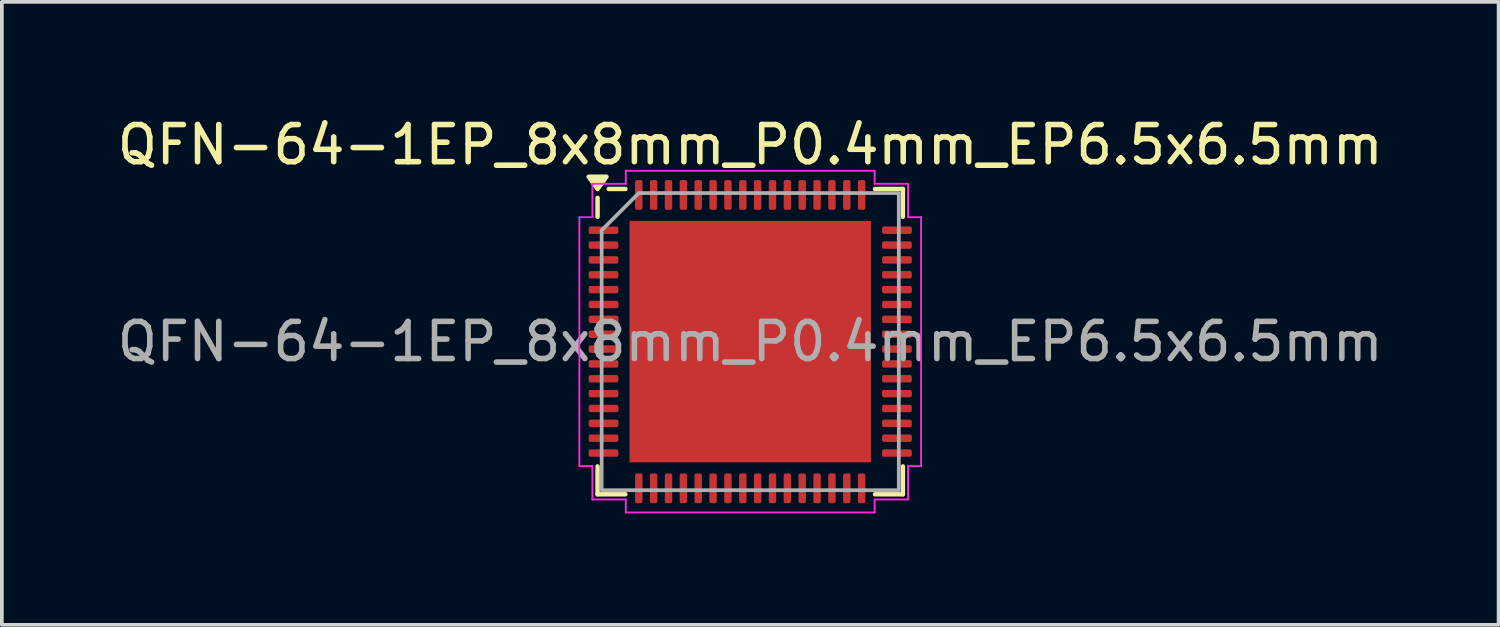
<source format=kicad_pcb>
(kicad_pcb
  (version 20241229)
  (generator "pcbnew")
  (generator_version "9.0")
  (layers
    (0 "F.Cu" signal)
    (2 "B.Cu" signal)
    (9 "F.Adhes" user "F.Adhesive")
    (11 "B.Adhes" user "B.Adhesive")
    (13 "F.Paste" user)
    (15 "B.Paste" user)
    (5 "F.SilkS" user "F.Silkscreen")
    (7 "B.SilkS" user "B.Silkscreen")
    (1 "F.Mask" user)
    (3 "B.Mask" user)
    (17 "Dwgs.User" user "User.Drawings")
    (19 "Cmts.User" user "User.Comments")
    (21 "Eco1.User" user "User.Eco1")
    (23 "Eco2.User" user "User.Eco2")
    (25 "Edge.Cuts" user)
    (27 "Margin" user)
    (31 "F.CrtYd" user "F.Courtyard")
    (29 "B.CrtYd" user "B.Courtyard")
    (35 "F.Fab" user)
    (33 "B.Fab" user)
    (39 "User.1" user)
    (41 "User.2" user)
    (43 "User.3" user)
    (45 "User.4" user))
  (footprint "QFN-64-1EP_8x8mm_P0.4mm_EP6.5x6.5mm"
    (layer "F.Cu")
    (at 17.149 6.148)
    (property "Reference" "QFN-64-1EP_8x8mm_P0.4mm_EP6.5x6.5mm" (at 0 -5.3 0) (layer "F.SilkS") (effects (font (size 1 1) (thickness 0.15))))
    (attr smd)
    (fp_line (start -4.11 -3.36) (end -4.11 -3.87) (stroke (width 0.12) (type solid)) (layer "F.SilkS"))
    (fp_line (start -4.11 4.11) (end -4.11 3.36) (stroke (width 0.12) (type solid)) (layer "F.SilkS"))
    (fp_line (start -3.36 -4.11) (end -3.81 -4.11) (stroke (width 0.12) (type solid)) (layer "F.SilkS"))
    (fp_line (start -3.36 4.11) (end -4.11 4.11) (stroke (width 0.12) (type solid)) (layer "F.SilkS"))
    (fp_line (start 3.36 -4.11) (end 4.11 -4.11) (stroke (width 0.12) (type solid)) (layer "F.SilkS"))
    (fp_line (start 3.36 4.11) (end 4.11 4.11) (stroke (width 0.12) (type solid)) (layer "F.SilkS"))
    (fp_line (start 4.11 -4.11) (end 4.11 -3.36) (stroke (width 0.12) (type solid)) (layer "F.SilkS"))
    (fp_line (start 4.11 4.11) (end 4.11 3.36) (stroke (width 0.12) (type solid)) (layer "F.SilkS"))
    (fp_poly (pts (xy -4.11 -4.11) (xy -4.35 -4.44) (xy -3.87 -4.44)) (stroke (width 0.12) (type solid)) (fill yes) (layer "F.SilkS"))
    (fp_line (start -4.6 -3.35) (end -4.25 -3.35) (stroke (width 0.05) (type solid)) (layer "F.CrtYd"))
    (fp_line (start -4.6 3.35) (end -4.6 -3.35) (stroke (width 0.05) (type solid)) (layer "F.CrtYd"))
    (fp_line (start -4.25 -4.25) (end -3.35 -4.25) (stroke (width 0.05) (type solid)) (layer "F.CrtYd"))
    (fp_line (start -4.25 -3.35) (end -4.25 -4.25) (stroke (width 0.05) (type solid)) (layer "F.CrtYd"))
    (fp_line (start -4.25 3.35) (end -4.6 3.35) (stroke (width 0.05) (type solid)) (layer "F.CrtYd"))
    (fp_line (start -4.25 4.25) (end -4.25 3.35) (stroke (width 0.05) (type solid)) (layer "F.CrtYd"))
    (fp_line (start -3.35 -4.6) (end 3.35 -4.6) (stroke (width 0.05) (type solid)) (layer "F.CrtYd"))
    (fp_line (start -3.35 -4.25) (end -3.35 -4.6) (stroke (width 0.05) (type solid)) (layer "F.CrtYd"))
    (fp_line (start -3.35 4.25) (end -4.25 4.25) (stroke (width 0.05) (type solid)) (layer "F.CrtYd"))
    (fp_line (start -3.35 4.6) (end -3.35 4.25) (stroke (width 0.05) (type solid)) (layer "F.CrtYd"))
    (fp_line (start 3.35 -4.6) (end 3.35 -4.25) (stroke (width 0.05) (type solid)) (layer "F.CrtYd"))
    (fp_line (start 3.35 -4.25) (end 4.25 -4.25) (stroke (width 0.05) (type solid)) (layer "F.CrtYd"))
    (fp_line (start 3.35 4.25) (end 3.35 4.6) (stroke (width 0.05) (type solid)) (layer "F.CrtYd"))
    (fp_line (start 3.35 4.6) (end -3.35 4.6) (stroke (width 0.05) (type solid)) (layer "F.CrtYd"))
    (fp_line (start 4.25 -4.25) (end 4.25 -3.35) (stroke (width 0.05) (type solid)) (layer "F.CrtYd"))
    (fp_line (start 4.25 -3.35) (end 4.6 -3.35) (stroke (width 0.05) (type solid)) (layer "F.CrtYd"))
    (fp_line (start 4.25 3.35) (end 4.25 4.25) (stroke (width 0.05) (type solid)) (layer "F.CrtYd"))
    (fp_line (start 4.25 4.25) (end 3.35 4.25) (stroke (width 0.05) (type solid)) (layer "F.CrtYd"))
    (fp_line (start 4.6 -3.35) (end 4.6 3.35) (stroke (width 0.05) (type solid)) (layer "F.CrtYd"))
    (fp_line (start 4.6 3.35) (end 4.25 3.35) (stroke (width 0.05) (type solid)) (layer "F.CrtYd"))
    (fp_poly (pts (xy -4 -3) (xy -4 4) (xy 4 4) (xy 4 -4) (xy -3 -4)) (stroke (width 0.1) (type solid)) (fill no) (layer "F.Fab"))
    (fp_text user "${REFERENCE}" (at 0 0 0) (layer "F.Fab") (effects (font (size 1 1) (thickness 0.15))))
    (pad "" smd roundrect (at -2.6 -2.6) (size 1.05 1.05) (layers "F.Paste") (roundrect_rratio 0.238))
    (pad "" smd roundrect (at -2.6 -1.3) (size 1.05 1.05) (layers "F.Paste") (roundrect_rratio 0.238))
    (pad "" smd roundrect (at -2.6 0) (size 1.05 1.05) (layers "F.Paste") (roundrect_rratio 0.238))
    (pad "" smd roundrect (at -2.6 1.3) (size 1.05 1.05) (layers "F.Paste") (roundrect_rratio 0.238))
    (pad "" smd roundrect (at -2.6 2.6) (size 1.05 1.05) (layers "F.Paste") (roundrect_rratio 0.238))
    (pad "" smd roundrect (at -1.3 -2.6) (size 1.05 1.05) (layers "F.Paste") (roundrect_rratio 0.238))
    (pad "" smd roundrect (at -1.3 -1.3) (size 1.05 1.05) (layers "F.Paste") (roundrect_rratio 0.238))
    (pad "" smd roundrect (at -1.3 0) (size 1.05 1.05) (layers "F.Paste") (roundrect_rratio 0.238))
    (pad "" smd roundrect (at -1.3 1.3) (size 1.05 1.05) (layers "F.Paste") (roundrect_rratio 0.238))
    (pad "" smd roundrect (at -1.3 2.6) (size 1.05 1.05) (layers "F.Paste") (roundrect_rratio 0.238))
    (pad "" smd roundrect (at 0 -2.6) (size 1.05 1.05) (layers "F.Paste") (roundrect_rratio 0.238))
    (pad "" smd roundrect (at 0 -1.3) (size 1.05 1.05) (layers "F.Paste") (roundrect_rratio 0.238))
    (pad "" smd roundrect (at 0 0) (size 1.05 1.05) (layers "F.Paste") (roundrect_rratio 0.238))
    (pad "" smd roundrect (at 0 1.3) (size 1.05 1.05) (layers "F.Paste") (roundrect_rratio 0.238))
    (pad "" smd roundrect (at 0 2.6) (size 1.05 1.05) (layers "F.Paste") (roundrect_rratio 0.238))
    (pad "" smd roundrect (at 1.3 -2.6) (size 1.05 1.05) (layers "F.Paste") (roundrect_rratio 0.238))
    (pad "" smd roundrect (at 1.3 -1.3) (size 1.05 1.05) (layers "F.Paste") (roundrect_rratio 0.238))
    (pad "" smd roundrect (at 1.3 0) (size 1.05 1.05) (layers "F.Paste") (roundrect_rratio 0.238))
    (pad "" smd roundrect (at 1.3 1.3) (size 1.05 1.05) (layers "F.Paste") (roundrect_rratio 0.238))
    (pad "" smd roundrect (at 1.3 2.6) (size 1.05 1.05) (layers "F.Paste") (roundrect_rratio 0.238))
    (pad "" smd roundrect (at 2.6 -2.6) (size 1.05 1.05) (layers "F.Paste") (roundrect_rratio 0.238))
    (pad "" smd roundrect (at 2.6 -1.3) (size 1.05 1.05) (layers "F.Paste") (roundrect_rratio 0.238))
    (pad "" smd roundrect (at 2.6 0) (size 1.05 1.05) (layers "F.Paste") (roundrect_rratio 0.238))
    (pad "" smd roundrect (at 2.6 1.3) (size 1.05 1.05) (layers "F.Paste") (roundrect_rratio 0.238))
    (pad "" smd roundrect (at 2.6 2.6) (size 1.05 1.05) (layers "F.Paste") (roundrect_rratio 0.238))
    (pad "1" smd roundrect (at -3.95 -3) (size 0.8 0.2) (layers "F.Cu" "F.Mask" "F.Paste") (roundrect_rratio 0.25))
    (pad "2" smd roundrect (at -3.95 -2.6) (size 0.8 0.2) (layers "F.Cu" "F.Mask" "F.Paste") (roundrect_rratio 0.25))
    (pad "3" smd roundrect (at -3.95 -2.2) (size 0.8 0.2) (layers "F.Cu" "F.Mask" "F.Paste") (roundrect_rratio 0.25))
    (pad "4" smd roundrect (at -3.95 -1.8) (size 0.8 0.2) (layers "F.Cu" "F.Mask" "F.Paste") (roundrect_rratio 0.25))
    (pad "5" smd roundrect (at -3.95 -1.4) (size 0.8 0.2) (layers "F.Cu" "F.Mask" "F.Paste") (roundrect_rratio 0.25))
    (pad "6" smd roundrect (at -3.95 -1) (size 0.8 0.2) (layers "F.Cu" "F.Mask" "F.Paste") (roundrect_rratio 0.25))
    (pad "7" smd roundrect (at -3.95 -0.6) (size 0.8 0.2) (layers "F.Cu" "F.Mask" "F.Paste") (roundrect_rratio 0.25))
    (pad "8" smd roundrect (at -3.95 -0.2) (size 0.8 0.2) (layers "F.Cu" "F.Mask" "F.Paste") (roundrect_rratio 0.25))
    (pad "9" smd roundrect (at -3.95 0.2) (size 0.8 0.2) (layers "F.Cu" "F.Mask" "F.Paste") (roundrect_rratio 0.25))
    (pad "10" smd roundrect (at -3.95 0.6) (size 0.8 0.2) (layers "F.Cu" "F.Mask" "F.Paste") (roundrect_rratio 0.25))
    (pad "11" smd roundrect (at -3.95 1) (size 0.8 0.2) (layers "F.Cu" "F.Mask" "F.Paste") (roundrect_rratio 0.25))
    (pad "12" smd roundrect (at -3.95 1.4) (size 0.8 0.2) (layers "F.Cu" "F.Mask" "F.Paste") (roundrect_rratio 0.25))
    (pad "13" smd roundrect (at -3.95 1.8) (size 0.8 0.2) (layers "F.Cu" "F.Mask" "F.Paste") (roundrect_rratio 0.25))
    (pad "14" smd roundrect (at -3.95 2.2) (size 0.8 0.2) (layers "F.Cu" "F.Mask" "F.Paste") (roundrect_rratio 0.25))
    (pad "15" smd roundrect (at -3.95 2.6) (size 0.8 0.2) (layers "F.Cu" "F.Mask" "F.Paste") (roundrect_rratio 0.25))
    (pad "16" smd roundrect (at -3.95 3) (size 0.8 0.2) (layers "F.Cu" "F.Mask" "F.Paste") (roundrect_rratio 0.25))
    (pad "17" smd roundrect (at -3 3.95) (size 0.2 0.8) (layers "F.Cu" "F.Mask" "F.Paste") (roundrect_rratio 0.25))
    (pad "18" smd roundrect (at -2.6 3.95) (size 0.2 0.8) (layers "F.Cu" "F.Mask" "F.Paste") (roundrect_rratio 0.25))
    (pad "19" smd roundrect (at -2.2 3.95) (size 0.2 0.8) (layers "F.Cu" "F.Mask" "F.Paste") (roundrect_rratio 0.25))
    (pad "20" smd roundrect (at -1.8 3.95) (size 0.2 0.8) (layers "F.Cu" "F.Mask" "F.Paste") (roundrect_rratio 0.25))
    (pad "21" smd roundrect (at -1.4 3.95) (size 0.2 0.8) (layers "F.Cu" "F.Mask" "F.Paste") (roundrect_rratio 0.25))
    (pad "22" smd roundrect (at -1 3.95) (size 0.2 0.8) (layers "F.Cu" "F.Mask" "F.Paste") (roundrect_rratio 0.25))
    (pad "23" smd roundrect (at -0.6 3.95) (size 0.2 0.8) (layers "F.Cu" "F.Mask" "F.Paste") (roundrect_rratio 0.25))
    (pad "24" smd roundrect (at -0.2 3.95) (size 0.2 0.8) (layers "F.Cu" "F.Mask" "F.Paste") (roundrect_rratio 0.25))
    (pad "25" smd roundrect (at 0.2 3.95) (size 0.2 0.8) (layers "F.Cu" "F.Mask" "F.Paste") (roundrect_rratio 0.25))
    (pad "26" smd roundrect (at 0.6 3.95) (size 0.2 0.8) (layers "F.Cu" "F.Mask" "F.Paste") (roundrect_rratio 0.25))
    (pad "27" smd roundrect (at 1 3.95) (size 0.2 0.8) (layers "F.Cu" "F.Mask" "F.Paste") (roundrect_rratio 0.25))
    (pad "28" smd roundrect (at 1.4 3.95) (size 0.2 0.8) (layers "F.Cu" "F.Mask" "F.Paste") (roundrect_rratio 0.25))
    (pad "29" smd roundrect (at 1.8 3.95) (size 0.2 0.8) (layers "F.Cu" "F.Mask" "F.Paste") (roundrect_rratio 0.25))
    (pad "30" smd roundrect (at 2.2 3.95) (size 0.2 0.8) (layers "F.Cu" "F.Mask" "F.Paste") (roundrect_rratio 0.25))
    (pad "31" smd roundrect (at 2.6 3.95) (size 0.2 0.8) (layers "F.Cu" "F.Mask" "F.Paste") (roundrect_rratio 0.25))
    (pad "32" smd roundrect (at 3 3.95) (size 0.2 0.8) (layers "F.Cu" "F.Mask" "F.Paste") (roundrect_rratio 0.25))
    (pad "33" smd roundrect (at 3.95 3) (size 0.8 0.2) (layers "F.Cu" "F.Mask" "F.Paste") (roundrect_rratio 0.25))
    (pad "34" smd roundrect (at 3.95 2.6) (size 0.8 0.2) (layers "F.Cu" "F.Mask" "F.Paste") (roundrect_rratio 0.25))
    (pad "35" smd roundrect (at 3.95 2.2) (size 0.8 0.2) (layers "F.Cu" "F.Mask" "F.Paste") (roundrect_rratio 0.25))
    (pad "36" smd roundrect (at 3.95 1.8) (size 0.8 0.2) (layers "F.Cu" "F.Mask" "F.Paste") (roundrect_rratio 0.25))
    (pad "37" smd roundrect (at 3.95 1.4) (size 0.8 0.2) (layers "F.Cu" "F.Mask" "F.Paste") (roundrect_rratio 0.25))
    (pad "38" smd roundrect (at 3.95 1) (size 0.8 0.2) (layers "F.Cu" "F.Mask" "F.Paste") (roundrect_rratio 0.25))
    (pad "39" smd roundrect (at 3.95 0.6) (size 0.8 0.2) (layers "F.Cu" "F.Mask" "F.Paste") (roundrect_rratio 0.25))
    (pad "40" smd roundrect (at 3.95 0.2) (size 0.8 0.2) (layers "F.Cu" "F.Mask" "F.Paste") (roundrect_rratio 0.25))
    (pad "41" smd roundrect (at 3.95 -0.2) (size 0.8 0.2) (layers "F.Cu" "F.Mask" "F.Paste") (roundrect_rratio 0.25))
    (pad "42" smd roundrect (at 3.95 -0.6) (size 0.8 0.2) (layers "F.Cu" "F.Mask" "F.Paste") (roundrect_rratio 0.25))
    (pad "43" smd roundrect (at 3.95 -1) (size 0.8 0.2) (layers "F.Cu" "F.Mask" "F.Paste") (roundrect_rratio 0.25))
    (pad "44" smd roundrect (at 3.95 -1.4) (size 0.8 0.2) (layers "F.Cu" "F.Mask" "F.Paste") (roundrect_rratio 0.25))
    (pad "45" smd roundrect (at 3.95 -1.8) (size 0.8 0.2) (layers "F.Cu" "F.Mask" "F.Paste") (roundrect_rratio 0.25))
    (pad "46" smd roundrect (at 3.95 -2.2) (size 0.8 0.2) (layers "F.Cu" "F.Mask" "F.Paste") (roundrect_rratio 0.25))
    (pad "47" smd roundrect (at 3.95 -2.6) (size 0.8 0.2) (layers "F.Cu" "F.Mask" "F.Paste") (roundrect_rratio 0.25))
    (pad "48" smd roundrect (at 3.95 -3) (size 0.8 0.2) (layers "F.Cu" "F.Mask" "F.Paste") (roundrect_rratio 0.25))
    (pad "49" smd roundrect (at 3 -3.95) (size 0.2 0.8) (layers "F.Cu" "F.Mask" "F.Paste") (roundrect_rratio 0.25))
    (pad "50" smd roundrect (at 2.6 -3.95) (size 0.2 0.8) (layers "F.Cu" "F.Mask" "F.Paste") (roundrect_rratio 0.25))
    (pad "51" smd roundrect (at 2.2 -3.95) (size 0.2 0.8) (layers "F.Cu" "F.Mask" "F.Paste") (roundrect_rratio 0.25))
    (pad "52" smd roundrect (at 1.8 -3.95) (size 0.2 0.8) (layers "F.Cu" "F.Mask" "F.Paste") (roundrect_rratio 0.25))
    (pad "53" smd roundrect (at 1.4 -3.95) (size 0.2 0.8) (layers "F.Cu" "F.Mask" "F.Paste") (roundrect_rratio 0.25))
    (pad "54" smd roundrect (at 1 -3.95) (size 0.2 0.8) (layers "F.Cu" "F.Mask" "F.Paste") (roundrect_rratio 0.25))
    (pad "55" smd roundrect (at 0.6 -3.95) (size 0.2 0.8) (layers "F.Cu" "F.Mask" "F.Paste") (roundrect_rratio 0.25))
    (pad "56" smd roundrect (at 0.2 -3.95) (size 0.2 0.8) (layers "F.Cu" "F.Mask" "F.Paste") (roundrect_rratio 0.25))
    (pad "57" smd roundrect (at -0.2 -3.95) (size 0.2 0.8) (layers "F.Cu" "F.Mask" "F.Paste") (roundrect_rratio 0.25))
    (pad "58" smd roundrect (at -0.6 -3.95) (size 0.2 0.8) (layers "F.Cu" "F.Mask" "F.Paste") (roundrect_rratio 0.25))
    (pad "59" smd roundrect (at -1 -3.95) (size 0.2 0.8) (layers "F.Cu" "F.Mask" "F.Paste") (roundrect_rratio 0.25))
    (pad "60" smd roundrect (at -1.4 -3.95) (size 0.2 0.8) (layers "F.Cu" "F.Mask" "F.Paste") (roundrect_rratio 0.25))
    (pad "61" smd roundrect (at -1.8 -3.95) (size 0.2 0.8) (layers "F.Cu" "F.Mask" "F.Paste") (roundrect_rratio 0.25))
    (pad "62" smd roundrect (at -2.2 -3.95) (size 0.2 0.8) (layers "F.Cu" "F.Mask" "F.Paste") (roundrect_rratio 0.25))
    (pad "63" smd roundrect (at -2.6 -3.95) (size 0.2 0.8) (layers "F.Cu" "F.Mask" "F.Paste") (roundrect_rratio 0.25))
    (pad "64" smd roundrect (at -3 -3.95) (size 0.2 0.8) (layers "F.Cu" "F.Mask" "F.Paste") (roundrect_rratio 0.25))
    (pad "65" smd rect (at 0 0) (size 6.5 6.5) (property pad_prop_heatsink) (layers "F.Cu" "F.Mask")))
  (gr_rect
    (start -3 -3)
    (end 37.298 13.773)
    (stroke (width 0.1) (type default))
    (fill no)
    (layer "Edge.Cuts")))
</source>
